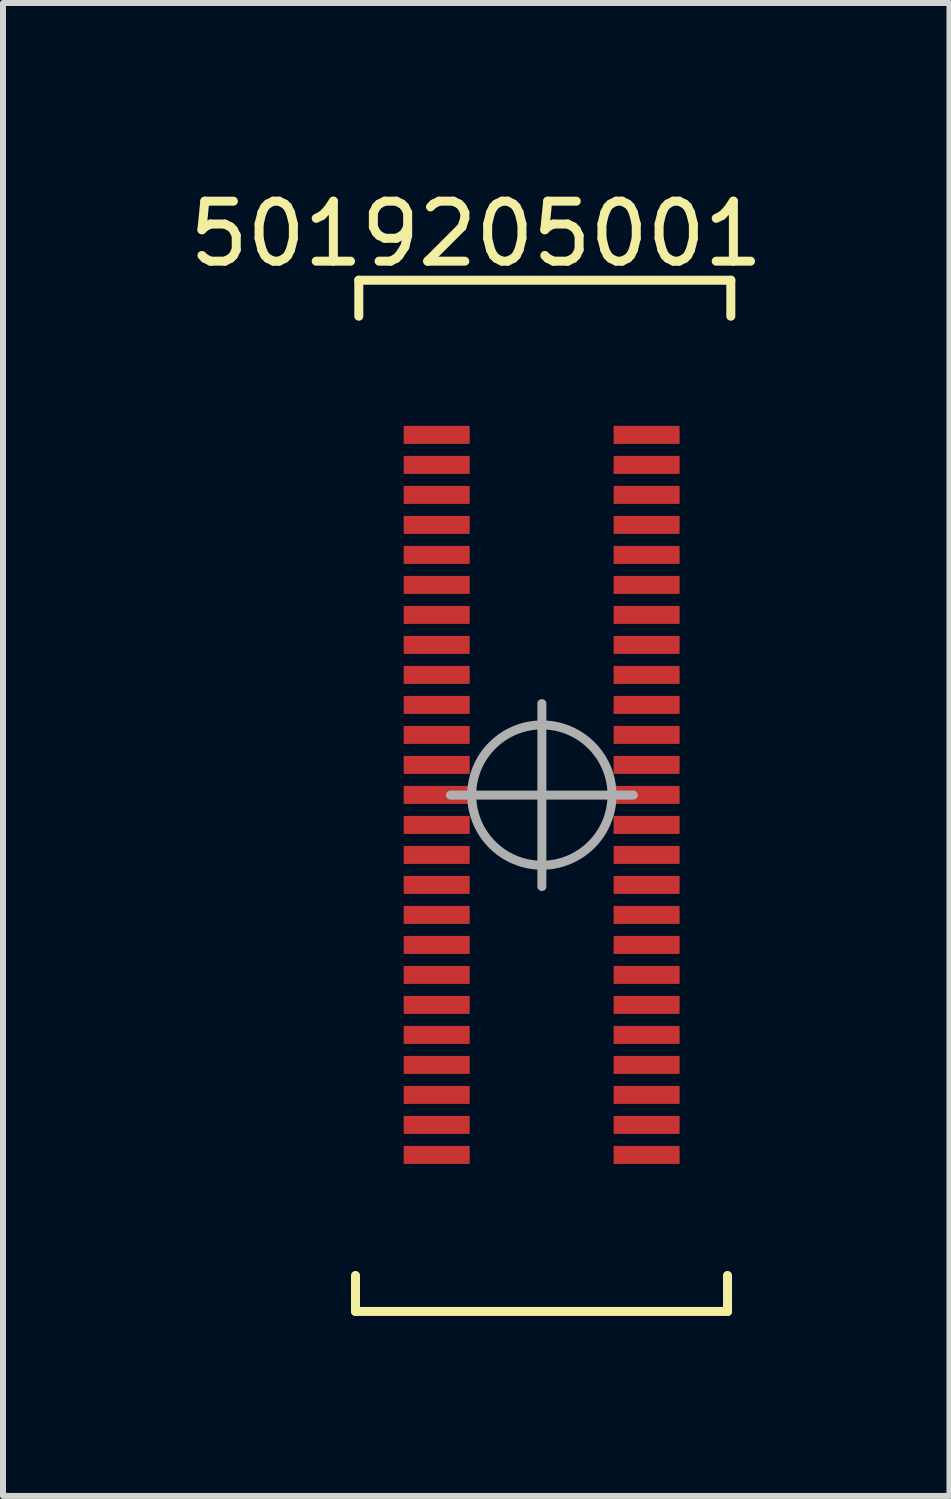
<source format=kicad_pcb>
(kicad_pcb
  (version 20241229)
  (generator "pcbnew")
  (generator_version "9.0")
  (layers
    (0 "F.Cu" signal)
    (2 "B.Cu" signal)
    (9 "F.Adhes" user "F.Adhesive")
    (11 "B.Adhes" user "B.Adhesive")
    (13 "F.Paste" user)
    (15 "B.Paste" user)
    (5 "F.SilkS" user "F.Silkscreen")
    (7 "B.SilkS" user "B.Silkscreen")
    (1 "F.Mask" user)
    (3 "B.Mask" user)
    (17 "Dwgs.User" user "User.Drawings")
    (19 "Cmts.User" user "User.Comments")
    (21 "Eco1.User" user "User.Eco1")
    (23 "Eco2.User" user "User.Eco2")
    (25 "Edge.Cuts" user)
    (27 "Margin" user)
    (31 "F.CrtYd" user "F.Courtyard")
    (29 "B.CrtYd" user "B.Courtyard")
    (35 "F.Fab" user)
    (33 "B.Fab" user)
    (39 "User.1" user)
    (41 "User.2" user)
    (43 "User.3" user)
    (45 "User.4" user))
  (footprint "5019205001"
    (layer "F.Cu")
    (at 5.984 8.946)
    (property "Reference" "5019205001" (at -1.097 -8.098 0) (layer "F.SilkS") (effects (font (size 1 1) (thickness 0.15))))
    (attr smd)
    (fp_line (start -3.109 9.861) (end -3.109 9.261) (stroke (width 0.15) (type solid)) (layer "F.SilkS"))
    (fp_line (start -3.054 -7.326) (end -3.054 -6.726) (stroke (width 0.15) (type solid)) (layer "F.SilkS"))
    (fp_line (start 3.091 9.261) (end 3.091 9.861) (stroke (width 0.15) (type solid)) (layer "F.SilkS"))
    (fp_line (start 3.091 9.861) (end -3.109 9.861) (stroke (width 0.15) (type solid)) (layer "F.SilkS"))
    (fp_line (start 3.146 -7.326) (end -3.054 -7.326) (stroke (width 0.15) (type solid)) (layer "F.SilkS"))
    (fp_line (start 3.146 -6.726) (end 3.146 -7.326) (stroke (width 0.15) (type solid)) (layer "F.SilkS"))
    (fp_line (start -0.003 1.255) (end -1.527 1.255) (stroke (width 0.15) (type solid)) (layer "F.Fab"))
    (fp_line (start -0.003 1.255) (end -0.003 -0.269) (stroke (width 0.15) (type solid)) (layer "F.Fab"))
    (fp_line (start -0.003 1.255) (end -0.003 2.779) (stroke (width 0.15) (type solid)) (layer "F.Fab"))
    (fp_line (start -0.003 1.255) (end 1.521 1.255) (stroke (width 0.15) (type solid)) (layer "F.Fab"))
    (fp_circle (center -0.003 1.255) (end 1.166 1.255) (stroke (width 0.15) (type solid)) (fill no) (layer "F.Fab"))
    (pad "1" smd rect (at -1.756 -4.748 90) (size 0.3 1.1) (layers "F.Cu" "F.Mask" "F.Paste"))
    (pad "2" smd rect (at -1.756 -4.248 90) (size 0.3 1.1) (layers "F.Cu" "F.Mask" "F.Paste"))
    (pad "3" smd rect (at -1.756 -3.748 90) (size 0.3 1.1) (layers "F.Cu" "F.Mask" "F.Paste"))
    (pad "4" smd rect (at -1.756 -3.248 90) (size 0.3 1.1) (layers "F.Cu" "F.Mask" "F.Paste"))
    (pad "5" smd rect (at -1.756 -2.748 90) (size 0.3 1.1) (layers "F.Cu" "F.Mask" "F.Paste"))
    (pad "6" smd rect (at -1.756 -2.248 90) (size 0.3 1.1) (layers "F.Cu" "F.Mask" "F.Paste"))
    (pad "7" smd rect (at -1.756 -1.748 90) (size 0.3 1.1) (layers "F.Cu" "F.Mask" "F.Paste"))
    (pad "8" smd rect (at -1.756 -1.248 90) (size 0.3 1.1) (layers "F.Cu" "F.Mask" "F.Paste"))
    (pad "9" smd rect (at -1.756 -0.748 90) (size 0.3 1.1) (layers "F.Cu" "F.Mask" "F.Paste"))
    (pad "10" smd rect (at -1.756 -0.248 90) (size 0.3 1.1) (layers "F.Cu" "F.Mask" "F.Paste"))
    (pad "11" smd rect (at -1.756 0.252 90) (size 0.3 1.1) (layers "F.Cu" "F.Mask" "F.Paste"))
    (pad "12" smd rect (at -1.756 0.752 90) (size 0.3 1.1) (layers "F.Cu" "F.Mask" "F.Paste"))
    (pad "13" smd rect (at -1.756 1.252 90) (size 0.3 1.1) (layers "F.Cu" "F.Mask" "F.Paste"))
    (pad "14" smd rect (at -1.756 1.752 90) (size 0.3 1.1) (layers "F.Cu" "F.Mask" "F.Paste"))
    (pad "15" smd rect (at -1.756 2.252 90) (size 0.3 1.1) (layers "F.Cu" "F.Mask" "F.Paste"))
    (pad "16" smd rect (at -1.756 2.752 90) (size 0.3 1.1) (layers "F.Cu" "F.Mask" "F.Paste"))
    (pad "17" smd rect (at -1.756 3.252 90) (size 0.3 1.1) (layers "F.Cu" "F.Mask" "F.Paste"))
    (pad "18" smd rect (at -1.756 3.752 90) (size 0.3 1.1) (layers "F.Cu" "F.Mask" "F.Paste"))
    (pad "19" smd rect (at -1.756 4.252 90) (size 0.3 1.1) (layers "F.Cu" "F.Mask" "F.Paste"))
    (pad "20" smd rect (at -1.756 4.752 90) (size 0.3 1.1) (layers "F.Cu" "F.Mask" "F.Paste"))
    (pad "21" smd rect (at -1.756 5.252 90) (size 0.3 1.1) (layers "F.Cu" "F.Mask" "F.Paste"))
    (pad "22" smd rect (at -1.756 5.752 90) (size 0.3 1.1) (layers "F.Cu" "F.Mask" "F.Paste"))
    (pad "23" smd rect (at -1.756 6.252 90) (size 0.3 1.1) (layers "F.Cu" "F.Mask" "F.Paste"))
    (pad "24" smd rect (at -1.756 6.752 90) (size 0.3 1.1) (layers "F.Cu" "F.Mask" "F.Paste"))
    (pad "25" smd rect (at -1.756 7.252 90) (size 0.3 1.1) (layers "F.Cu" "F.Mask" "F.Paste"))
    (pad "26" smd rect (at 1.743 -4.748 90) (size 0.3 1.1) (layers "F.Cu" "F.Mask" "F.Paste"))
    (pad "27" smd rect (at 1.743 -4.248 90) (size 0.3 1.1) (layers "F.Cu" "F.Mask" "F.Paste"))
    (pad "28" smd rect (at 1.743 -3.748 90) (size 0.3 1.1) (layers "F.Cu" "F.Mask" "F.Paste"))
    (pad "29" smd rect (at 1.743 -3.248 90) (size 0.3 1.1) (layers "F.Cu" "F.Mask" "F.Paste"))
    (pad "30" smd rect (at 1.743 -2.748 90) (size 0.3 1.1) (layers "F.Cu" "F.Mask" "F.Paste"))
    (pad "31" smd rect (at 1.743 -2.248 90) (size 0.3 1.1) (layers "F.Cu" "F.Mask" "F.Paste"))
    (pad "32" smd rect (at 1.743 -1.748 90) (size 0.3 1.1) (layers "F.Cu" "F.Mask" "F.Paste"))
    (pad "33" smd rect (at 1.743 -1.248 90) (size 0.3 1.1) (layers "F.Cu" "F.Mask" "F.Paste"))
    (pad "34" smd rect (at 1.743 -0.748 90) (size 0.3 1.1) (layers "F.Cu" "F.Mask" "F.Paste"))
    (pad "35" smd rect (at 1.743 -0.248 90) (size 0.3 1.1) (layers "F.Cu" "F.Mask" "F.Paste"))
    (pad "36" smd rect (at 1.743 0.252 90) (size 0.3 1.1) (layers "F.Cu" "F.Mask" "F.Paste"))
    (pad "37" smd rect (at 1.743 0.752 90) (size 0.3 1.1) (layers "F.Cu" "F.Mask" "F.Paste"))
    (pad "38" smd rect (at 1.743 1.252 90) (size 0.3 1.1) (layers "F.Cu" "F.Mask" "F.Paste"))
    (pad "39" smd rect (at 1.743 1.752 90) (size 0.3 1.1) (layers "F.Cu" "F.Mask" "F.Paste"))
    (pad "40" smd rect (at 1.743 2.252 90) (size 0.3 1.1) (layers "F.Cu" "F.Mask" "F.Paste"))
    (pad "41" smd rect (at 1.743 2.752 90) (size 0.3 1.1) (layers "F.Cu" "F.Mask" "F.Paste"))
    (pad "42" smd rect (at 1.743 3.252 90) (size 0.3 1.1) (layers "F.Cu" "F.Mask" "F.Paste"))
    (pad "43" smd rect (at 1.743 3.752 90) (size 0.3 1.1) (layers "F.Cu" "F.Mask" "F.Paste"))
    (pad "44" smd rect (at 1.743 4.252 90) (size 0.3 1.1) (layers "F.Cu" "F.Mask" "F.Paste"))
    (pad "45" smd rect (at 1.743 4.752 90) (size 0.3 1.1) (layers "F.Cu" "F.Mask" "F.Paste"))
    (pad "46" smd rect (at 1.743 5.252 90) (size 0.3 1.1) (layers "F.Cu" "F.Mask" "F.Paste"))
    (pad "47" smd rect (at 1.743 5.752 90) (size 0.3 1.1) (layers "F.Cu" "F.Mask" "F.Paste"))
    (pad "48" smd rect (at 1.743 6.252 90) (size 0.3 1.1) (layers "F.Cu" "F.Mask" "F.Paste"))
    (pad "49" smd rect (at 1.743 6.752 90) (size 0.3 1.1) (layers "F.Cu" "F.Mask" "F.Paste"))
    (pad "50" smd rect (at 1.743 7.252 90) (size 0.3 1.1) (layers "F.Cu" "F.Mask" "F.Paste")))
  (gr_rect
    (start -3 -3)
    (end 12.774 21.882)
    (stroke (width 0.1) (type default))
    (fill no)
    (layer "Edge.Cuts")))
</source>
